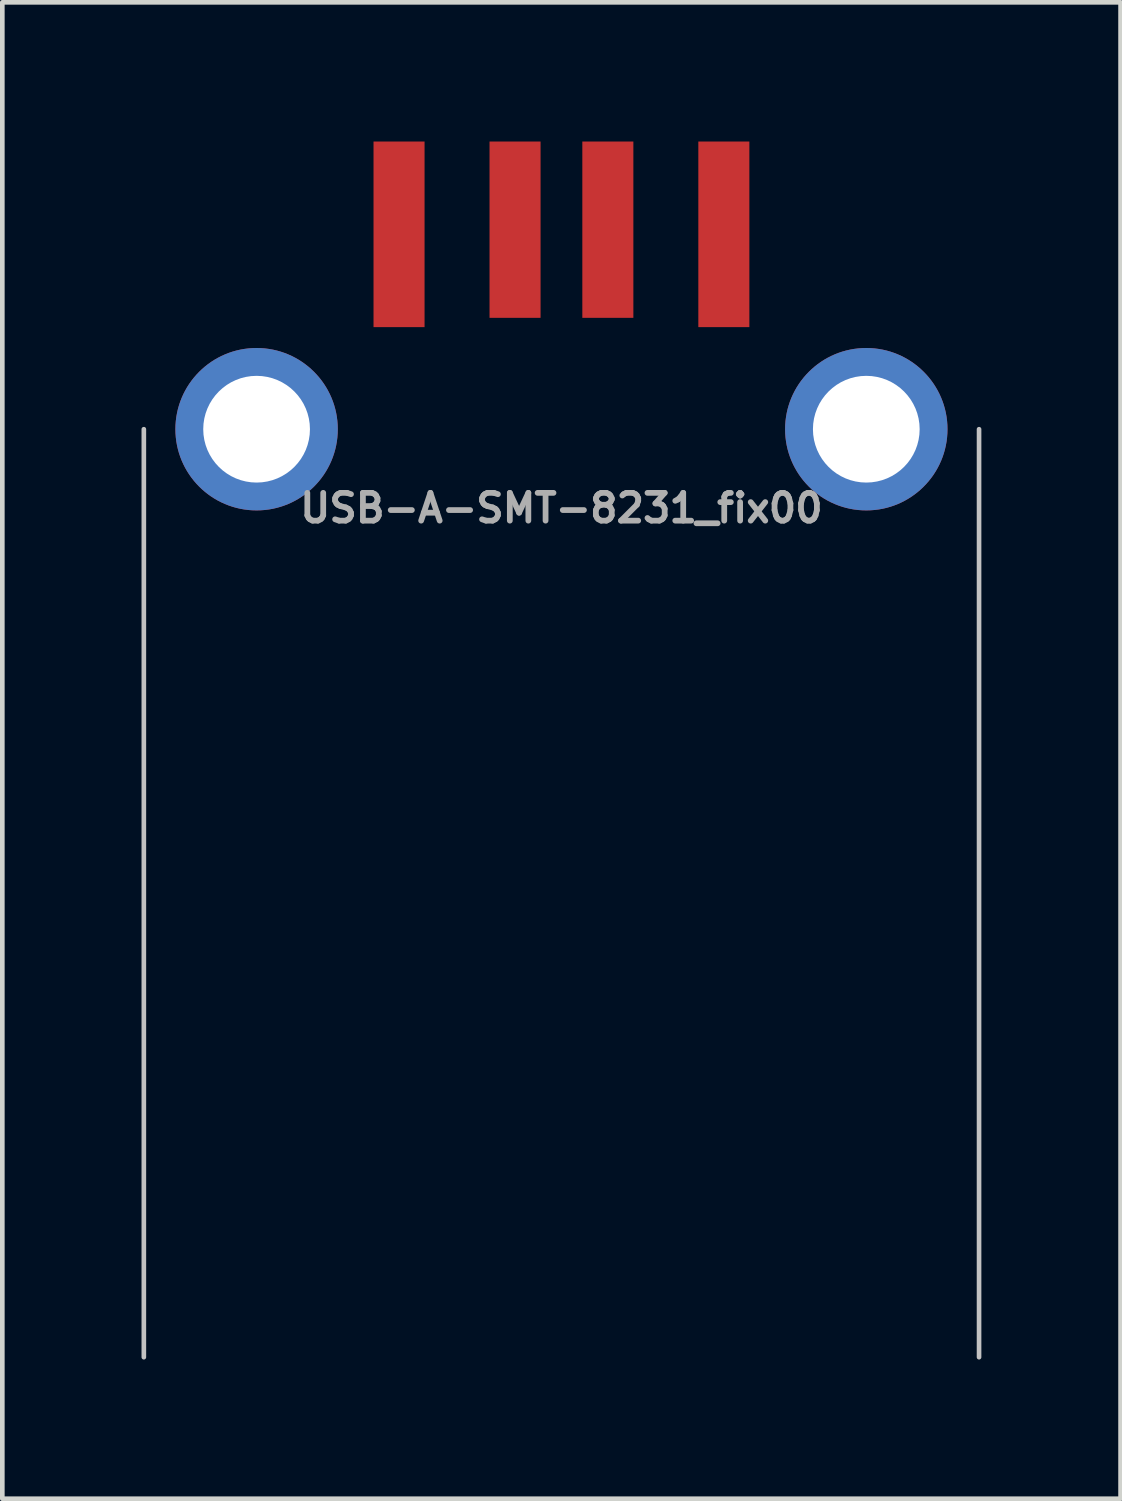
<source format=kicad_pcb>
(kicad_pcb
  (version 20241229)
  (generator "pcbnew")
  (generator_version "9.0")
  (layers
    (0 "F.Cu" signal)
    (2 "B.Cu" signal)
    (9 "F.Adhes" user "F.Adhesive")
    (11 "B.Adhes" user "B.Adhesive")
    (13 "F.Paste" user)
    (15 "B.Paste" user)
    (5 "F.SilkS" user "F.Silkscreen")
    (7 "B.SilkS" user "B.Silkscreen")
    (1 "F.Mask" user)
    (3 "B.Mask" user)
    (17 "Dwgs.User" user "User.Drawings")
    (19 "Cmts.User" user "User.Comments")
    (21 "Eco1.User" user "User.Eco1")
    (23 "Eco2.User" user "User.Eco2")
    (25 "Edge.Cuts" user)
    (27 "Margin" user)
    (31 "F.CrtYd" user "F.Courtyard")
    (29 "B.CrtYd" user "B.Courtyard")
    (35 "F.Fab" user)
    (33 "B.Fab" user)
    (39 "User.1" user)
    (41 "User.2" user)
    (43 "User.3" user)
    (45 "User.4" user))
  (footprint "USB-A-SMT-8231_fix00"
    (layer "F.Cu")
    (at 9.05 6.2)
    (property "Reference" "USB-A-SMT-8231_fix00" (at 0 1.7 180) (layer "F.Fab") (effects (font (size 0.599 0.599) (thickness 0.124))))
    (attr smd)
    (fp_line (start -9 0) (end -9 20) (stroke (width 0.1) (type solid)) (layer "Dwgs.User"))
    (fp_line (start 9 0) (end 9 20) (stroke (width 0.1) (type solid)) (layer "Dwgs.User"))
    (fp_line (start -7.2 -4.1) (end 7.2 -4.1) (stroke (width 0.001) (type solid)) (layer "F.Fab"))
    (fp_line (start -7.2 10.3) (end -7.2 -4.1) (stroke (width 0.001) (type solid)) (layer "F.Fab"))
    (fp_line (start 7.2 -4.1) (end 7.2 10.3) (stroke (width 0.001) (type solid)) (layer "F.Fab"))
    (fp_line (start 7.2 10.3) (end -7.2 10.3) (stroke (width 0.001) (type solid)) (layer "F.Fab"))
    (pad "1" smd rect (at -3.5 -4.2) (size 1.1 4) (layers "F.Cu" "F.Mask" "F.Paste"))
    (pad "2" smd rect (at -1 -4.3) (size 1.1 3.8) (layers "F.Cu" "F.Mask" "F.Paste"))
    (pad "3" smd rect (at 1 -4.3) (size 1.1 3.8) (layers "F.Cu" "F.Mask" "F.Paste"))
    (pad "4" smd rect (at 3.5 -4.2) (size 1.1 4) (layers "F.Cu" "F.Mask" "F.Paste"))
    (pad "5" thru_hole circle (at -6.57 0 90) (size 3.5 3.5) (drill 2.3) (layers "*.Cu" "*.Mask"))
    (pad "5" thru_hole circle (at 6.57 0) (size 3.5 3.5) (drill 2.3) (layers "*.Cu" "*.Mask")))
  (gr_rect
    (start -3 -3)
    (end 21.1 29.25)
    (stroke (width 0.1) (type default))
    (fill no)
    (layer "Edge.Cuts")))
</source>
